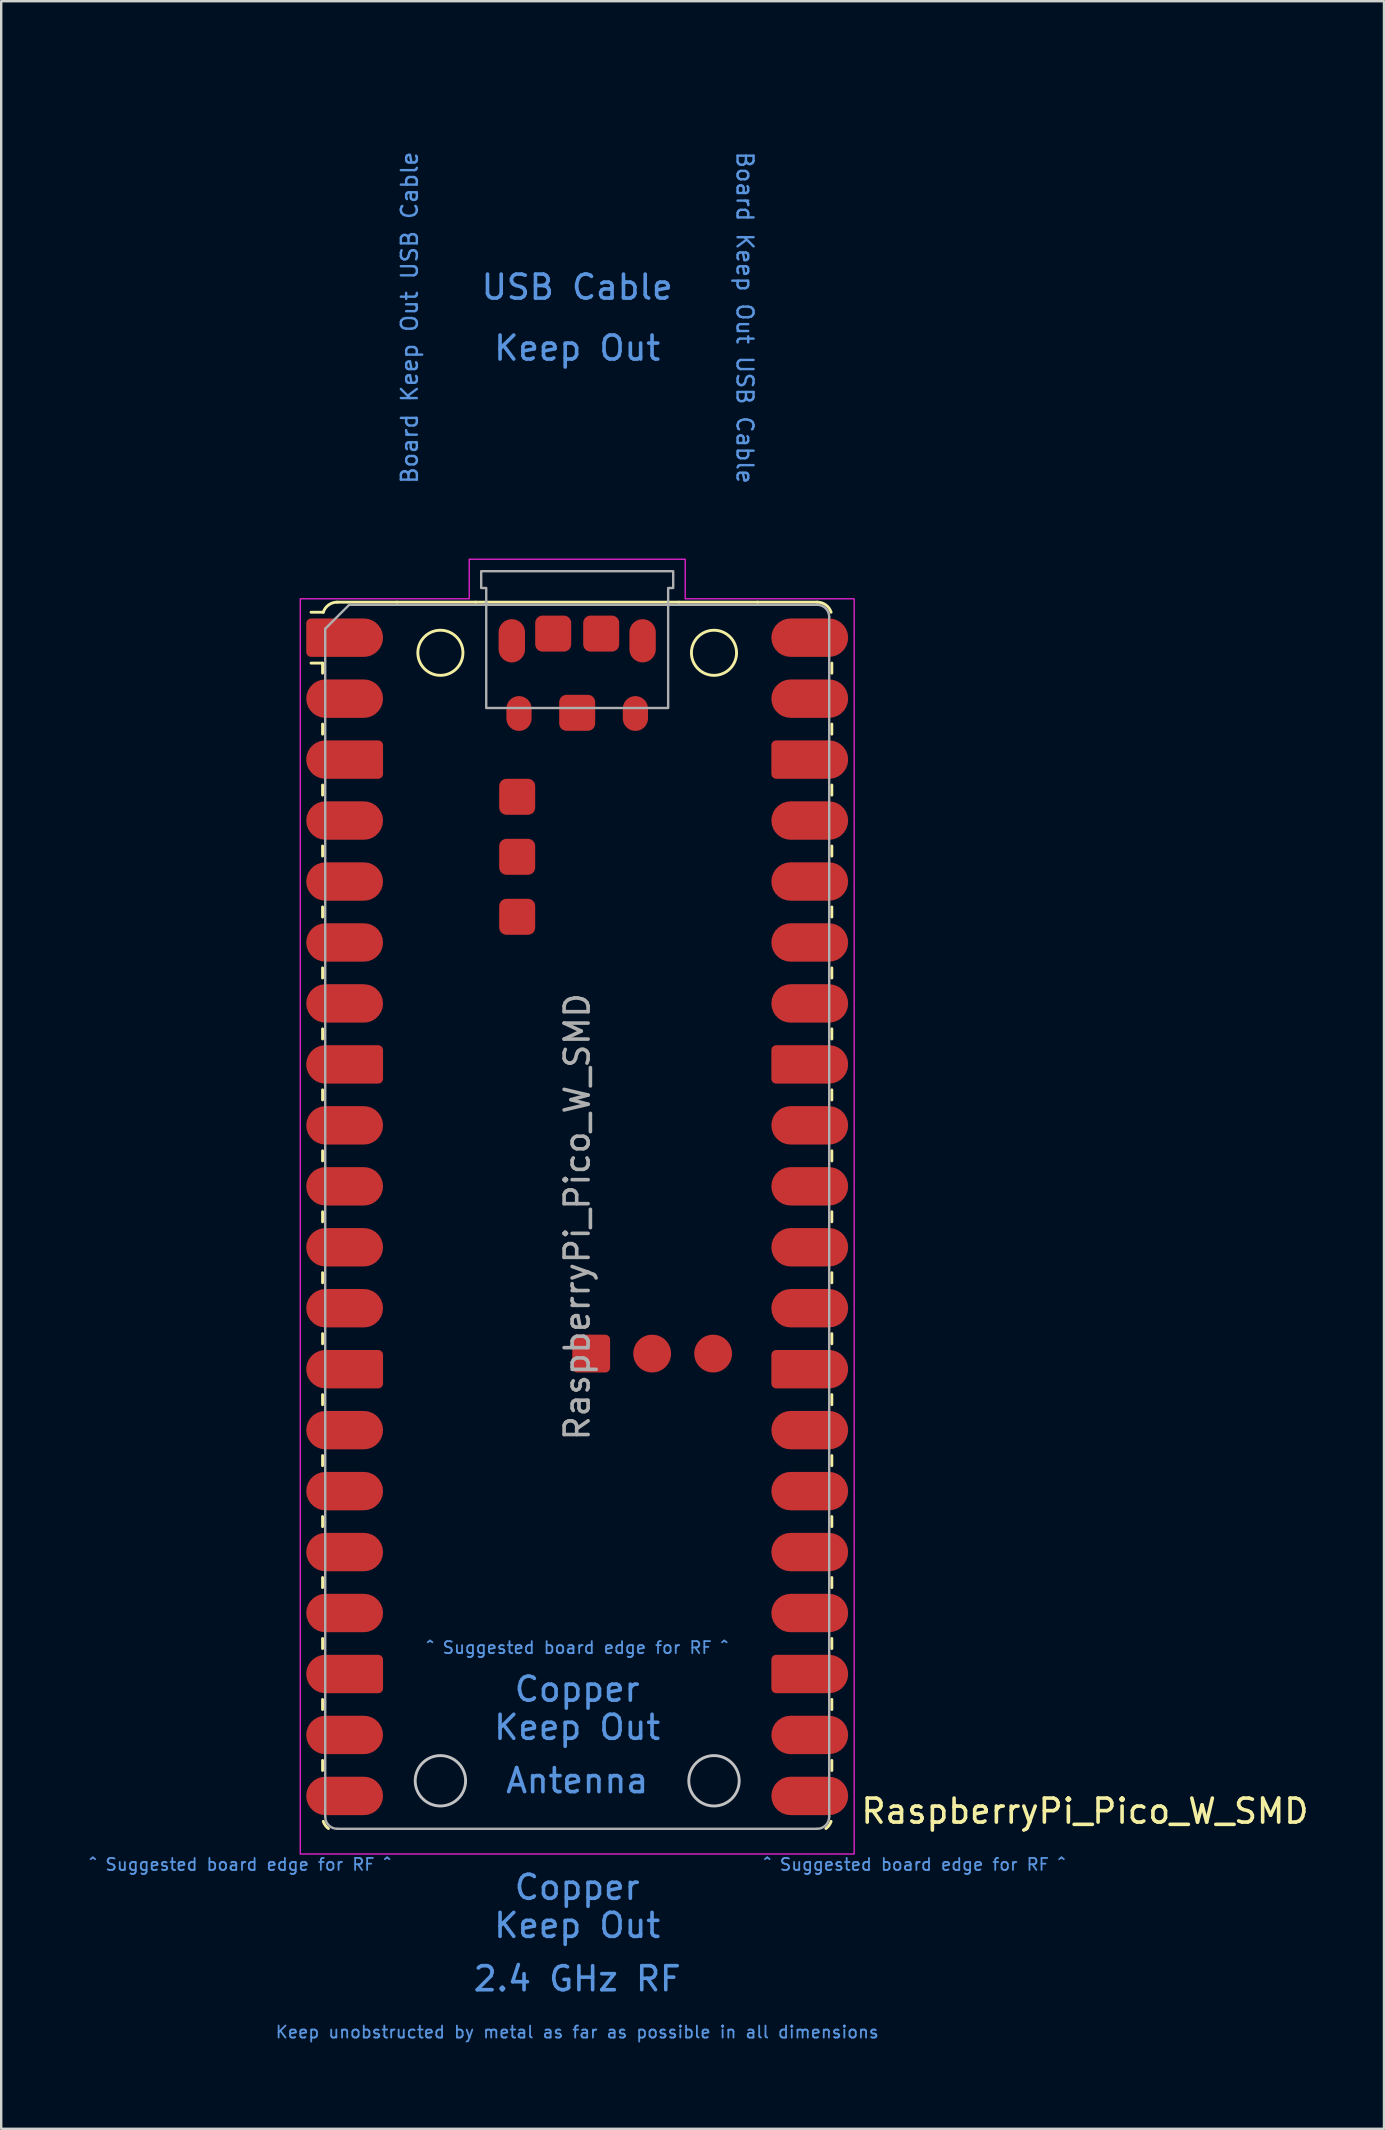
<source format=kicad_pcb>
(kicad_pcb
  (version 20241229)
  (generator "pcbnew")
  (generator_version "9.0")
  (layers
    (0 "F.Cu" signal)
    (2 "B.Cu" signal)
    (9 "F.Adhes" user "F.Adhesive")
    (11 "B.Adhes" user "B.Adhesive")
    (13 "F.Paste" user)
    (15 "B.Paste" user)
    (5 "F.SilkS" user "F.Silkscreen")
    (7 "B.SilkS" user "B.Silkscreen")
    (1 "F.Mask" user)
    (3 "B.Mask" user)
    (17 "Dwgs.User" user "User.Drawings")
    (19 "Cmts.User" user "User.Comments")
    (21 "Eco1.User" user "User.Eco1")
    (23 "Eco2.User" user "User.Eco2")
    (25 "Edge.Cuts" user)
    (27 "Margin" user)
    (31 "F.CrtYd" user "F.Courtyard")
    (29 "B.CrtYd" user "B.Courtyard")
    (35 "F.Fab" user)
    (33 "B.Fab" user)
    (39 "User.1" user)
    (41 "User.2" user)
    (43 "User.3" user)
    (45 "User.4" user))
  (footprint "RaspberryPi_Pico_W_SMD"
    (layer "F.Cu")
    (at 21 47.65)
    (property "Reference" "RaspberryPi_Pico_W_SMD" (at 11.748 24.765 0) (unlocked yes) (layer "F.SilkS") (effects (font (size 1 1) (thickness 0.15)) (justify left)))
    (attr smd)
    (fp_line (start -10.61 -23.07) (end -11.09 -23.07) (stroke (width 0.12) (type solid)) (layer "F.SilkS"))
    (fp_line (start -10.61 -23.07) (end -10.61 -22.65) (stroke (width 0.12) (type solid)) (layer "F.SilkS"))
    (fp_line (start -10.61 -20.53) (end -10.61 -20.11) (stroke (width 0.12) (type solid)) (layer "F.SilkS"))
    (fp_line (start -10.61 -17.99) (end -10.61 -17.57) (stroke (width 0.12) (type solid)) (layer "F.SilkS"))
    (fp_line (start -10.61 -15.45) (end -10.61 -15.03) (stroke (width 0.12) (type solid)) (layer "F.SilkS"))
    (fp_line (start -10.61 -12.91) (end -10.61 -12.49) (stroke (width 0.12) (type solid)) (layer "F.SilkS"))
    (fp_line (start -10.61 -10.37) (end -10.61 -9.95) (stroke (width 0.12) (type solid)) (layer "F.SilkS"))
    (fp_line (start -10.61 -7.83) (end -10.61 -7.41) (stroke (width 0.12) (type solid)) (layer "F.SilkS"))
    (fp_line (start -10.61 -5.29) (end -10.61 -4.87) (stroke (width 0.12) (type solid)) (layer "F.SilkS"))
    (fp_line (start -10.61 -2.75) (end -10.61 -2.33) (stroke (width 0.12) (type solid)) (layer "F.SilkS"))
    (fp_line (start -10.61 -0.21) (end -10.61 0.21) (stroke (width 0.12) (type solid)) (layer "F.SilkS"))
    (fp_line (start -10.61 2.33) (end -10.61 2.75) (stroke (width 0.12) (type solid)) (layer "F.SilkS"))
    (fp_line (start -10.61 4.87) (end -10.61 5.29) (stroke (width 0.12) (type solid)) (layer "F.SilkS"))
    (fp_line (start -10.61 7.41) (end -10.61 7.83) (stroke (width 0.12) (type solid)) (layer "F.SilkS"))
    (fp_line (start -10.61 9.95) (end -10.61 10.37) (stroke (width 0.12) (type solid)) (layer "F.SilkS"))
    (fp_line (start -10.61 12.49) (end -10.61 12.91) (stroke (width 0.12) (type solid)) (layer "F.SilkS"))
    (fp_line (start -10.61 15.03) (end -10.61 15.45) (stroke (width 0.12) (type solid)) (layer "F.SilkS"))
    (fp_line (start -10.61 17.57) (end -10.61 17.99) (stroke (width 0.12) (type solid)) (layer "F.SilkS"))
    (fp_line (start -10.61 20.11) (end -10.61 20.53) (stroke (width 0.12) (type solid)) (layer "F.SilkS"))
    (fp_line (start -10.61 22.65) (end -10.61 23.07) (stroke (width 0.12) (type solid)) (layer "F.SilkS"))
    (fp_line (start -10.58 -25.19) (end -11.09 -25.19) (stroke (width 0.12) (type solid)) (layer "F.SilkS"))
    (fp_line (start -10 -25.61) (end -7.51 -25.61) (stroke (width 0.12) (type solid)) (layer "F.SilkS"))
    (fp_line (start -7.51 -25.61) (end -4.235 -25.61) (stroke (width 0.12) (type solid)) (layer "F.SilkS"))
    (fp_line (start -4.235 -25.61) (end 4.235 -25.61) (stroke (width 0.12) (type solid)) (layer "F.SilkS"))
    (fp_line (start 4.235 -25.61) (end 7.51 -25.61) (stroke (width 0.12) (type solid)) (layer "F.SilkS"))
    (fp_line (start 10 -25.61) (end 7.51 -25.61) (stroke (width 0.12) (type solid)) (layer "F.SilkS"))
    (fp_line (start 10.61 -23.07) (end 10.61 -22.65) (stroke (width 0.12) (type solid)) (layer "F.SilkS"))
    (fp_line (start 10.61 -20.53) (end 10.61 -20.11) (stroke (width 0.12) (type solid)) (layer "F.SilkS"))
    (fp_line (start 10.61 -17.99) (end 10.61 -17.57) (stroke (width 0.12) (type solid)) (layer "F.SilkS"))
    (fp_line (start 10.61 -15.45) (end 10.61 -15.03) (stroke (width 0.12) (type solid)) (layer "F.SilkS"))
    (fp_line (start 10.61 -12.91) (end 10.61 -12.49) (stroke (width 0.12) (type solid)) (layer "F.SilkS"))
    (fp_line (start 10.61 -10.37) (end 10.61 -9.95) (stroke (width 0.12) (type solid)) (layer "F.SilkS"))
    (fp_line (start 10.61 -7.83) (end 10.61 -7.41) (stroke (width 0.12) (type solid)) (layer "F.SilkS"))
    (fp_line (start 10.61 -5.29) (end 10.61 -4.87) (stroke (width 0.12) (type solid)) (layer "F.SilkS"))
    (fp_line (start 10.61 -2.75) (end 10.61 -2.33) (stroke (width 0.12) (type solid)) (layer "F.SilkS"))
    (fp_line (start 10.61 -0.21) (end 10.61 0.21) (stroke (width 0.12) (type solid)) (layer "F.SilkS"))
    (fp_line (start 10.61 2.33) (end 10.61 2.75) (stroke (width 0.12) (type solid)) (layer "F.SilkS"))
    (fp_line (start 10.61 4.87) (end 10.61 5.29) (stroke (width 0.12) (type solid)) (layer "F.SilkS"))
    (fp_line (start 10.61 7.41) (end 10.61 7.83) (stroke (width 0.12) (type solid)) (layer "F.SilkS"))
    (fp_line (start 10.61 9.95) (end 10.61 10.37) (stroke (width 0.12) (type solid)) (layer "F.SilkS"))
    (fp_line (start 10.61 12.49) (end 10.61 12.91) (stroke (width 0.12) (type solid)) (layer "F.SilkS"))
    (fp_line (start 10.61 15.03) (end 10.61 15.45) (stroke (width 0.12) (type solid)) (layer "F.SilkS"))
    (fp_line (start 10.61 17.57) (end 10.61 17.99) (stroke (width 0.12) (type solid)) (layer "F.SilkS"))
    (fp_line (start 10.61 20.11) (end 10.61 20.53) (stroke (width 0.12) (type solid)) (layer "F.SilkS"))
    (fp_line (start 10.61 22.65) (end 10.61 23.07) (stroke (width 0.12) (type solid)) (layer "F.SilkS"))
    (fp_arc (start -10.579676 -25.189937) (mid -10.357938 -25.493944) (end -10 -25.61) (stroke (width 0.12) (type solid)) (layer "F.SilkS"))
    (fp_arc (start -10.363318 25.49) (mid -10.494791 25.356765) (end -10.579676 25.189937) (stroke (width 0.12) (type solid)) (layer "F.SilkS"))
    (fp_arc (start 10 -25.61) (mid 10.357937 -25.493944) (end 10.579676 -25.189937) (stroke (width 0.12) (type solid)) (layer "F.SilkS"))
    (fp_arc (start 10.579676 25.189937) (mid 10.494798 25.356768) (end 10.363318 25.49) (stroke (width 0.12) (type solid)) (layer "F.SilkS"))
    (fp_circle (center -5.7 -23.5) (end -4.76 -23.5) (stroke (width 0.12) (type solid)) (fill no) (layer "F.SilkS"))
    (fp_circle (center 5.7 -23.5) (end 6.64 -23.5) (stroke (width 0.12) (type solid)) (fill no) (layer "F.SilkS"))
    (fp_circle (center -5.7 23.5) (end -4.65 23.5) (stroke (width 0.12) (type solid)) (fill no) (layer "Dwgs.User"))
    (fp_circle (center 5.7 23.5) (end 6.75 23.5) (stroke (width 0.12) (type solid)) (fill no) (layer "Dwgs.User"))
    (fp_poly (pts (xy -4.5 -27.4) (xy 4.5 -27.4) (xy 4.5 -25.75) (xy 11.54 -25.75) (xy 11.54 26.55) (xy -11.54 26.55) (xy -11.54 -25.75) (xy -4.5 -25.75)) (stroke (width 0.05) (type solid)) (fill no) (layer "F.CrtYd"))
    (fp_line (start -10.5 -24.5) (end -9.5 -25.5) (stroke (width 0.1) (type solid)) (layer "F.Fab"))
    (fp_line (start -10.5 25) (end -10.5 -24.5) (stroke (width 0.1) (type solid)) (layer "F.Fab"))
    (fp_line (start -9.5 -25.5) (end 10 -25.5) (stroke (width 0.1) (type solid)) (layer "F.Fab"))
    (fp_line (start 10 25.5) (end -10 25.5) (stroke (width 0.1) (type solid)) (layer "F.Fab"))
    (fp_line (start 10.5 -25) (end 10.5 25) (stroke (width 0.1) (type solid)) (layer "F.Fab"))
    (fp_arc (start -10 25.5) (mid -10.353553 25.353553) (end -10.5 25) (stroke (width 0.1) (type solid)) (layer "F.Fab"))
    (fp_arc (start 10 -25.5) (mid 10.353553 -25.353553) (end 10.5 -25) (stroke (width 0.1) (type solid)) (layer "F.Fab"))
    (fp_arc (start 10.5 25) (mid 10.353553 25.353553) (end 10 25.5) (stroke (width 0.1) (type solid)) (layer "F.Fab"))
    (fp_poly (pts (xy 3.79 -21.2) (xy 3.79 -26.2) (xy 4 -26.2) (xy 4 -26.9) (xy -4 -26.9) (xy -4 -26.2) (xy -3.79 -26.2) (xy -3.79 -21.2)) (stroke (width 0.1) (type solid)) (fill no) (layer "F.Fab"))
    (fp_text user "Keep Out" (at 0 21.273 0) (unlocked yes) (layer "Cmts.User") (effects (font (size 1 1) (thickness 0.15))))
    (fp_text user "2.4 GHz RF" (at 0 31.75 0) (unlocked yes) (layer "Cmts.User") (effects (font (size 1 1) (thickness 0.15))))
    (fp_text user "USB Cable" (at 0 -38.735 0) (unlocked yes) (layer "Cmts.User") (effects (font (size 1 1) (thickness 0.15))))
    (fp_text user "^ Suggested board edge for RF ^" (at -14.05 26.988 0) (unlocked yes) (layer "Cmts.User") (effects (font (size 0.5 0.5) (thickness 0.075))))
    (fp_text user "Copper" (at 0 19.685 0) (unlocked yes) (layer "Cmts.User") (effects (font (size 1 1) (thickness 0.15))))
    (fp_text user "^ Suggested board edge for RF ^" (at 0 17.953 0) (unlocked yes) (layer "Cmts.User") (effects (font (size 0.5 0.5) (thickness 0.075))))
    (fp_text user "Board Keep Out USB Cable" (at 6.985 -37.465 270) (unlocked yes) (layer "Cmts.User") (effects (font (size 0.667 0.667) (thickness 0.1))))
    (fp_text user "Keep unobstructed by metal as far as possible in all dimensions" (at 0 33.972 0) (unlocked yes) (layer "Cmts.User") (effects (font (size 0.5 0.5) (thickness 0.075))))
    (fp_text user "Keep Out" (at 0 29.527 0) (unlocked yes) (layer "Cmts.User") (effects (font (size 1 1) (thickness 0.15))))
    (fp_text user "^ Suggested board edge for RF ^" (at 14.05 26.988 0) (unlocked yes) (layer "Cmts.User") (effects (font (size 0.5 0.5) (thickness 0.075))))
    (fp_text user "Copper" (at 0 27.94 0) (unlocked yes) (layer "Cmts.User") (effects (font (size 1 1) (thickness 0.15))))
    (fp_text user "Keep Out" (at 0 -36.195 0) (unlocked yes) (layer "Cmts.User") (effects (font (size 1 1) (thickness 0.15))))
    (fp_text user "Board Keep Out USB Cable" (at -6.985 -37.465 90) (unlocked yes) (layer "Cmts.User") (effects (font (size 0.667 0.667) (thickness 0.1))))
    (fp_text user "Antenna" (at 0 23.495 0) (unlocked yes) (layer "Cmts.User") (effects (font (size 1 1) (thickness 0.15))))
    (fp_text user "${REFERENCE}" (at 0 0 90) (layer "F.Fab") (effects (font (size 1 1) (thickness 0.15))))
    (pad "" smd oval (at -2.725 -24) (size 1.1 1.8) (layers "F.Cu" "F.Mask" "F.Paste"))
    (pad "" smd oval (at -2.425 -20.97) (size 1.05 1.45) (layers "F.Cu" "F.Mask" "F.Paste"))
    (pad "" smd oval (at 2.425 -20.97) (size 1.05 1.45) (layers "F.Cu" "F.Mask" "F.Paste"))
    (pad "" smd oval (at 2.725 -24) (size 1.1 1.8) (layers "F.Cu" "F.Mask" "F.Paste"))
    (pad "1" smd custom (at -8.89 -24.13) (size 1.6 1.6) (layers "F.Cu" "F.Mask" "F.Paste") (options (anchor circle)) (primitives (gr_poly (pts (xy -2.4 0.6) (xy -2.4 -0.6) (xy -2.2 -0.8) (xy 0 -0.8) (xy 0 0.8) (xy -2.2 0.8)) (width 0) (fill yes)) (gr_circle (center -2.2 0.6) (end -2 0.6) (width 0) (fill yes)) (gr_circle (center -2.2 -0.6) (end -2 -0.6) (width 0) (fill yes))))
    (pad "2" smd roundrect (at -8.89 -21.59) (size 3.2 1.6) (drill (offset -0.8 0)) (layers "F.Cu" "F.Mask" "F.Paste") (roundrect_rratio 0.5))
    (pad "3" smd custom (at -8.89 -19.05) (size 1.6 1.6) (layers "F.Cu" "F.Mask" "F.Paste") (options (anchor circle)) (primitives (gr_poly (pts (xy 0.8 -0.6) (xy 0.8 0.6) (xy 0.6 0.8) (xy -1.6 0.8) (xy -1.6 -0.8) (xy 0.6 -0.8)) (width 0) (fill yes)) (gr_circle (center 0.6 0.6) (end 0.8 0.6) (width 0) (fill yes)) (gr_circle (center 0.6 -0.6) (end 0.8 -0.6) (width 0) (fill yes)) (gr_circle (center -1.6 0) (end -0.8 0) (width 0) (fill yes))))
    (pad "4" smd roundrect (at -8.89 -16.51) (size 3.2 1.6) (drill (offset -0.8 0)) (layers "F.Cu" "F.Mask" "F.Paste") (roundrect_rratio 0.5))
    (pad "5" smd roundrect (at -8.89 -13.97) (size 3.2 1.6) (drill (offset -0.8 0)) (layers "F.Cu" "F.Mask" "F.Paste") (roundrect_rratio 0.5))
    (pad "6" smd roundrect (at -8.89 -11.43) (size 3.2 1.6) (drill (offset -0.8 0)) (layers "F.Cu" "F.Mask" "F.Paste") (roundrect_rratio 0.5))
    (pad "7" smd roundrect (at -8.89 -8.89) (size 3.2 1.6) (drill (offset -0.8 0)) (layers "F.Cu" "F.Mask" "F.Paste") (roundrect_rratio 0.5))
    (pad "8" smd custom (at -8.89 -6.35) (size 1.6 1.6) (layers "F.Cu" "F.Mask" "F.Paste") (options (anchor circle)) (primitives (gr_poly (pts (xy 0.8 -0.6) (xy 0.8 0.6) (xy 0.6 0.8) (xy -1.6 0.8) (xy -1.6 -0.8) (xy 0.6 -0.8)) (width 0) (fill yes)) (gr_circle (center 0.6 0.6) (end 0.8 0.6) (width 0) (fill yes)) (gr_circle (center 0.6 -0.6) (end 0.8 -0.6) (width 0) (fill yes)) (gr_circle (center -1.6 0) (end -0.8 0) (width 0) (fill yes))))
    (pad "9" smd roundrect (at -8.89 -3.81) (size 3.2 1.6) (drill (offset -0.8 0)) (layers "F.Cu" "F.Mask" "F.Paste") (roundrect_rratio 0.5))
    (pad "10" smd roundrect (at -8.89 -1.27) (size 3.2 1.6) (drill (offset -0.8 0)) (layers "F.Cu" "F.Mask" "F.Paste") (roundrect_rratio 0.5))
    (pad "11" smd roundrect (at -8.89 1.27) (size 3.2 1.6) (drill (offset -0.8 0)) (layers "F.Cu" "F.Mask" "F.Paste") (roundrect_rratio 0.5))
    (pad "12" smd roundrect (at -8.89 3.81) (size 3.2 1.6) (drill (offset -0.8 0)) (layers "F.Cu" "F.Mask" "F.Paste") (roundrect_rratio 0.5))
    (pad "13" smd custom (at -8.89 6.35) (size 1.6 1.6) (layers "F.Cu" "F.Mask" "F.Paste") (options (anchor circle)) (primitives (gr_poly (pts (xy 0.8 -0.6) (xy 0.8 0.6) (xy 0.6 0.8) (xy -1.6 0.8) (xy -1.6 -0.8) (xy 0.6 -0.8)) (width 0) (fill yes)) (gr_circle (center 0.6 0.6) (end 0.8 0.6) (width 0) (fill yes)) (gr_circle (center 0.6 -0.6) (end 0.8 -0.6) (width 0) (fill yes)) (gr_circle (center -1.6 0) (end -0.8 0) (width 0) (fill yes))))
    (pad "14" smd roundrect (at -8.89 8.89) (size 3.2 1.6) (drill (offset -0.8 0)) (layers "F.Cu" "F.Mask" "F.Paste") (roundrect_rratio 0.5))
    (pad "15" smd roundrect (at -8.89 11.43) (size 3.2 1.6) (drill (offset -0.8 0)) (layers "F.Cu" "F.Mask" "F.Paste") (roundrect_rratio 0.5))
    (pad "16" smd roundrect (at -8.89 13.97) (size 3.2 1.6) (drill (offset -0.8 0)) (layers "F.Cu" "F.Mask" "F.Paste") (roundrect_rratio 0.5))
    (pad "17" smd roundrect (at -8.89 16.51) (size 3.2 1.6) (drill (offset -0.8 0)) (layers "F.Cu" "F.Mask" "F.Paste") (roundrect_rratio 0.5))
    (pad "18" smd custom (at -8.89 19.05) (size 1.6 1.6) (layers "F.Cu" "F.Mask" "F.Paste") (options (anchor circle)) (primitives (gr_poly (pts (xy 0.8 -0.6) (xy 0.8 0.6) (xy 0.6 0.8) (xy -1.6 0.8) (xy -1.6 -0.8) (xy 0.6 -0.8)) (width 0) (fill yes)) (gr_circle (center 0.6 0.6) (end 0.8 0.6) (width 0) (fill yes)) (gr_circle (center 0.6 -0.6) (end 0.8 -0.6) (width 0) (fill yes)) (gr_circle (center -1.6 0) (end -0.8 0) (width 0) (fill yes))))
    (pad "19" smd roundrect (at -8.89 21.59) (size 3.2 1.6) (drill (offset -0.8 0)) (layers "F.Cu" "F.Mask" "F.Paste") (roundrect_rratio 0.5))
    (pad "20" smd roundrect (at -8.89 24.13) (size 3.2 1.6) (drill (offset -0.8 0)) (layers "F.Cu" "F.Mask" "F.Paste") (roundrect_rratio 0.5))
    (pad "21" smd roundrect (at 8.89 24.13) (size 3.2 1.6) (drill (offset 0.8 0)) (layers "F.Cu" "F.Mask" "F.Paste") (roundrect_rratio 0.5))
    (pad "22" smd roundrect (at 8.89 21.59) (size 3.2 1.6) (drill (offset 0.8 0)) (layers "F.Cu" "F.Mask" "F.Paste") (roundrect_rratio 0.5))
    (pad "23" smd custom (at 8.89 19.05) (size 1.6 1.6) (layers "F.Cu" "F.Mask" "F.Paste") (options (anchor circle)) (primitives (gr_poly (pts (xy -0.8 -0.6) (xy -0.8 0.6) (xy -0.6 0.8) (xy 1.6 0.8) (xy 1.6 -0.8) (xy -0.6 -0.8)) (width 0) (fill yes)) (gr_circle (center -0.6 0.6) (end -0.4 0.6) (width 0) (fill yes)) (gr_circle (center -0.6 -0.6) (end -0.4 -0.6) (width 0) (fill yes)) (gr_circle (center 1.6 0) (end 2.4 0) (width 0) (fill yes))))
    (pad "24" smd roundrect (at 8.89 16.51) (size 3.2 1.6) (drill (offset 0.8 0)) (layers "F.Cu" "F.Mask" "F.Paste") (roundrect_rratio 0.5))
    (pad "25" smd roundrect (at 8.89 13.97) (size 3.2 1.6) (drill (offset 0.8 0)) (layers "F.Cu" "F.Mask" "F.Paste") (roundrect_rratio 0.5))
    (pad "26" smd roundrect (at 8.89 11.43) (size 3.2 1.6) (drill (offset 0.8 0)) (layers "F.Cu" "F.Mask" "F.Paste") (roundrect_rratio 0.5))
    (pad "27" smd roundrect (at 8.89 8.89) (size 3.2 1.6) (drill (offset 0.8 0)) (layers "F.Cu" "F.Mask" "F.Paste") (roundrect_rratio 0.5))
    (pad "28" smd custom (at 8.89 6.35) (size 1.6 1.6) (layers "F.Cu" "F.Mask" "F.Paste") (options (anchor circle)) (primitives (gr_poly (pts (xy -0.8 -0.6) (xy -0.8 0.6) (xy -0.6 0.8) (xy 1.6 0.8) (xy 1.6 -0.8) (xy -0.6 -0.8)) (width 0) (fill yes)) (gr_circle (center -0.6 0.6) (end -0.4 0.6) (width 0) (fill yes)) (gr_circle (center -0.6 -0.6) (end -0.4 -0.6) (width 0) (fill yes)) (gr_circle (center 1.6 0) (end 2.4 0) (width 0) (fill yes))))
    (pad "29" smd roundrect (at 8.89 3.81) (size 3.2 1.6) (drill (offset 0.8 0)) (layers "F.Cu" "F.Mask" "F.Paste") (roundrect_rratio 0.5))
    (pad "30" smd roundrect (at 8.89 1.27) (size 3.2 1.6) (drill (offset 0.8 0)) (layers "F.Cu" "F.Mask" "F.Paste") (roundrect_rratio 0.5))
    (pad "31" smd roundrect (at 8.89 -1.27) (size 3.2 1.6) (drill (offset 0.8 0)) (layers "F.Cu" "F.Mask" "F.Paste") (roundrect_rratio 0.5))
    (pad "32" smd roundrect (at 8.89 -3.81) (size 3.2 1.6) (drill (offset 0.8 0)) (layers "F.Cu" "F.Mask" "F.Paste") (roundrect_rratio 0.5))
    (pad "33" smd custom (at 8.89 -6.35) (size 1.6 1.6) (layers "F.Cu" "F.Mask" "F.Paste") (options (anchor circle)) (primitives (gr_poly (pts (xy -0.8 -0.6) (xy -0.8 0.6) (xy -0.6 0.8) (xy 1.6 0.8) (xy 1.6 -0.8) (xy -0.6 -0.8)) (width 0) (fill yes)) (gr_circle (center -0.6 0.6) (end -0.4 0.6) (width 0) (fill yes)) (gr_circle (center -0.6 -0.6) (end -0.4 -0.6) (width 0) (fill yes)) (gr_circle (center 1.6 0) (end 2.4 0) (width 0) (fill yes))))
    (pad "34" smd roundrect (at 8.89 -8.89) (size 3.2 1.6) (drill (offset 0.8 0)) (layers "F.Cu" "F.Mask" "F.Paste") (roundrect_rratio 0.5))
    (pad "35" smd roundrect (at 8.89 -11.43) (size 3.2 1.6) (drill (offset 0.8 0)) (layers "F.Cu" "F.Mask" "F.Paste") (roundrect_rratio 0.5))
    (pad "36" smd roundrect (at 8.89 -13.97) (size 3.2 1.6) (drill (offset 0.8 0)) (layers "F.Cu" "F.Mask" "F.Paste") (roundrect_rratio 0.5))
    (pad "37" smd roundrect (at 8.89 -16.51) (size 3.2 1.6) (drill (offset 0.8 0)) (layers "F.Cu" "F.Mask" "F.Paste") (roundrect_rratio 0.5))
    (pad "38" smd custom (at 8.89 -19.05) (size 1.6 1.6) (layers "F.Cu" "F.Mask" "F.Paste") (options (anchor circle)) (primitives (gr_poly (pts (xy -0.8 -0.6) (xy -0.8 0.6) (xy -0.6 0.8) (xy 1.6 0.8) (xy 1.6 -0.8) (xy -0.6 -0.8)) (width 0) (fill yes)) (gr_circle (center -0.6 0.6) (end -0.4 0.6) (width 0) (fill yes)) (gr_circle (center -0.6 -0.6) (end -0.4 -0.6) (width 0) (fill yes)) (gr_circle (center 1.6 0) (end 2.4 0) (width 0) (fill yes))))
    (pad "39" smd roundrect (at 8.89 -21.59) (size 3.2 1.6) (drill (offset 0.8 0)) (layers "F.Cu" "F.Mask" "F.Paste") (roundrect_rratio 0.5))
    (pad "40" smd roundrect (at 8.89 -24.13) (size 3.2 1.6) (drill (offset 0.8 0)) (layers "F.Cu" "F.Mask" "F.Paste") (roundrect_rratio 0.5))
    (pad "D1" smd roundrect (at 0.584 5.7) (size 1.575 1.575) (layers "F.Cu" "F.Mask" "F.Paste") (roundrect_rratio 0.127))
    (pad "D2" smd circle (at 3.124 5.7) (size 1.575 1.575) (layers "F.Cu" "F.Mask" "F.Paste"))
    (pad "D3" smd circle (at 5.664 5.7) (size 1.575 1.575) (layers "F.Cu" "F.Mask" "F.Paste"))
    (pad "TP1" smd roundrect (at 0 -21) (size 1.5 1.5) (layers "F.Cu" "F.Mask" "F.Paste") (roundrect_rratio 0.2))
    (pad "TP2" smd roundrect (at 1 -24.3) (size 1.5 1.5) (layers "F.Cu" "F.Mask" "F.Paste") (roundrect_rratio 0.2))
    (pad "TP3" smd roundrect (at -1 -24.3) (size 1.5 1.5) (layers "F.Cu" "F.Mask" "F.Paste") (roundrect_rratio 0.2))
    (pad "TP4" smd roundrect (at -2.5 -17.5) (size 1.5 1.5) (layers "F.Cu" "F.Mask" "F.Paste") (roundrect_rratio 0.2))
    (pad "TP5" smd roundrect (at -2.5 -15) (size 1.5 1.5) (layers "F.Cu" "F.Mask" "F.Paste") (roundrect_rratio 0.2))
    (pad "TP6" smd roundrect (at -2.5 -12.5) (size 1.5 1.5) (layers "F.Cu" "F.Mask" "F.Paste") (roundrect_rratio 0.2))
    (zone (net_name "") (layers "F.Cu" "B.Cu" "F.Paste" "B.Paste") (name "RF Copper Keep Out") (hatch full 0.5) (connect_pads) (min_thickness 0.254) (filled_areas_thickness no) (keepout (tracks not_allowed) (vias not_allowed) (pads not_allowed) (copperpour not_allowed) (footprints not_allowed)) (placement (enabled no)) (fill) (polygon (pts (xy 0 74.65) (xy 42 74.65) (xy 42 82.65) (xy 0 82.65))))
    (zone (net_name "") (layers "F.Cu" "B.Cu" "F.Paste" "B.Paste") (name "Antenna Copper Keep Out") (hatch full 0.5) (connect_pads) (min_thickness 0.254) (filled_areas_thickness no) (keepout (tracks not_allowed) (vias not_allowed) (pads not_allowed) (copperpour not_allowed) (footprints not_allowed)) (placement (enabled no)) (fill) (polygon (pts (xy 18.6 72.64) (xy 13.9 68.99) (xy 13.9 64.65) (xy 28.1 64.65) (xy 28.1 68.99) (xy 23.4 72.64) (xy 23.4 72.65) (xy 18.6 72.65))))
    (zone (net_name "") (layer "Edge.Cuts") (name "Board Keep Out USB Cable") (hatch edge 0.5) (connect_pads) (min_thickness 0.254) (filled_areas_thickness no) (keepout (tracks allowed) (vias allowed) (pads allowed) (copperpour allowed) (footprints allowed)) (placement (enabled no)) (fill) (polygon (pts (xy 14.8 0) (xy 27.2 0) (xy 27.2 20.4) (xy 14.8 20.4))))
    (zone (net_name "") (layer "Edge.Cuts") (name "Board Keep Out Suggestion RF") (hatch edge 0.5) (connect_pads) (min_thickness 0.254) (filled_areas_thickness no) (keepout (tracks allowed) (vias allowed) (pads allowed) (copperpour allowed) (footprints allowed)) (placement (enabled no)) (fill) (polygon (pts (xy 28.1 73.65) (xy 42 73.65) (xy 42 82.65) (xy 0 82.65) (xy 0 73.65) (xy 13.9 73.65) (xy 13.9 64.65) (xy 28.1 64.65))))
    (zone (net_name "") (layer "F.CrtYd") (name "USB Cable Keep Out") (hatch full 0.5) (connect_pads) (min_thickness 0.254) (filled_areas_thickness no) (keepout (tracks allowed) (vias allowed) (pads allowed) (copperpour allowed) (footprints not_allowed)) (placement (enabled no)) (fill) (polygon (pts (xy 15.25 19.95) (xy 17.06 19.95) (xy 17.06 20.25) (xy 24.94 20.25) (xy 24.94 19.95) (xy 26.75 19.95) (xy 26.75 0.45) (xy 15.25 0.45)))))
  (gr_rect
    (start -3 -3)
    (end 54.617 85.65)
    (stroke (width 0.1) (type default))
    (fill no)
    (layer "Edge.Cuts")))
</source>
